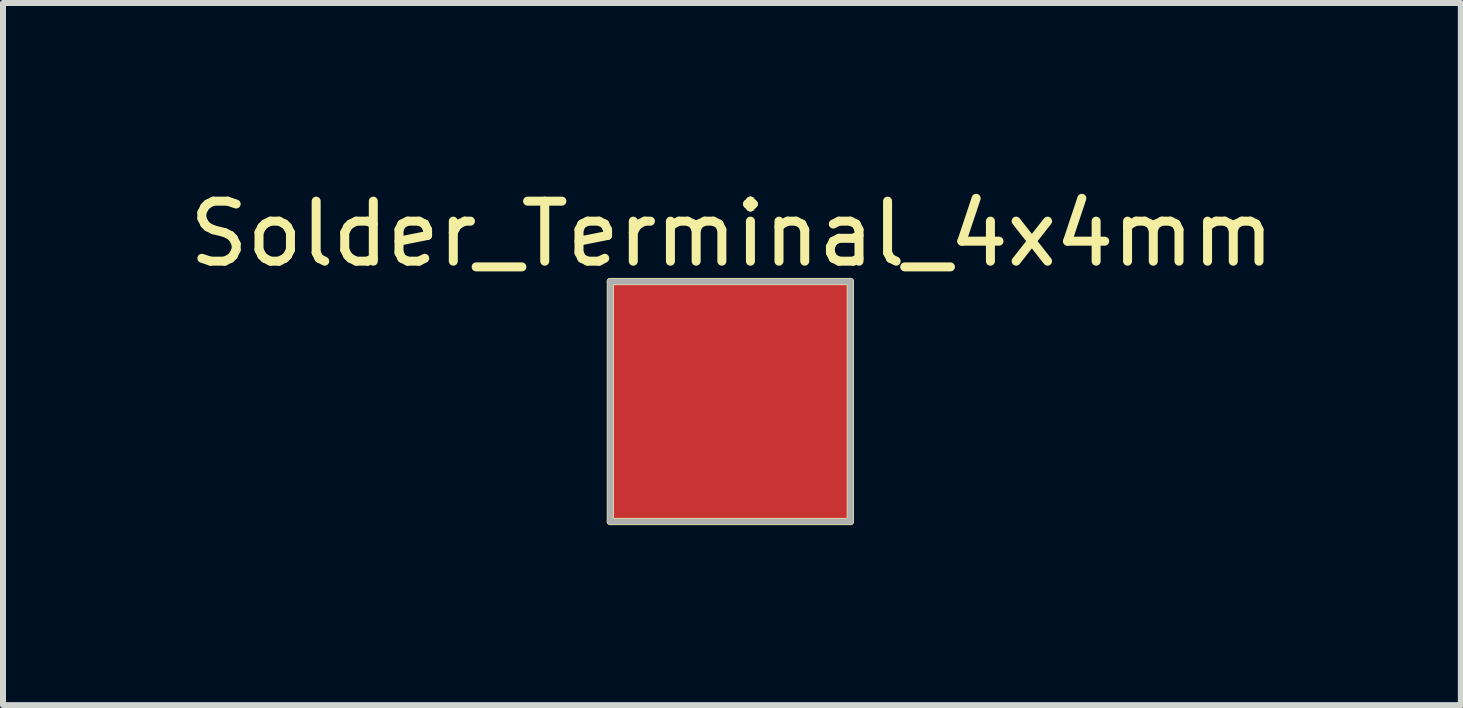
<source format=kicad_pcb>
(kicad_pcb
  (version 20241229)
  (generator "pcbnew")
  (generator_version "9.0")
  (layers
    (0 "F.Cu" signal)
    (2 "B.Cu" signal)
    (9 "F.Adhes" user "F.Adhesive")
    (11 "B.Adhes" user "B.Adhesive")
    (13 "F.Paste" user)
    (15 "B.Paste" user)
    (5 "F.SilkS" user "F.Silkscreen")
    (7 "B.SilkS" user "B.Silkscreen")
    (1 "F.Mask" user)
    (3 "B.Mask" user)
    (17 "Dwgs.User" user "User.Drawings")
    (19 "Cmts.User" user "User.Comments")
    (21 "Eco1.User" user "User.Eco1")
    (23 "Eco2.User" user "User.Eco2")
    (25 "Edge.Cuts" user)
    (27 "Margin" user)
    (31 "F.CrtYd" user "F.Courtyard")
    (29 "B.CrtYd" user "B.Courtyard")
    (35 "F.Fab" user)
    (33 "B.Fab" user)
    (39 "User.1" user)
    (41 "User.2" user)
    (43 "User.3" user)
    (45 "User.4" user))
  (footprint "Solder_Terminal_4x4mm"
    (layer "F.Cu")
    (at 9.123 3.642)
    (property "Reference" "Solder_Terminal_4x4mm" (at 0.025 -2.794 0) (layer "F.SilkS") (effects (font (size 1 1) (thickness 0.15))))
    (attr through_hole)
    (fp_line (start -2 -2) (end -2 2) (stroke (width 0.12) (type solid)) (layer "F.SilkS"))
    (fp_line (start -2 -2) (end 2 -2) (stroke (width 0.12) (type solid)) (layer "F.SilkS"))
    (fp_line (start -2 2) (end 2 2) (stroke (width 0.12) (type solid)) (layer "F.SilkS"))
    (fp_line (start 2 -2) (end 2 2) (stroke (width 0.12) (type solid)) (layer "F.SilkS"))
    (fp_line (start -2 -2) (end -2 2) (stroke (width 0.1) (type solid)) (layer "F.Fab"))
    (fp_line (start -2 -2) (end 2 -2) (stroke (width 0.1) (type solid)) (layer "F.Fab"))
    (fp_line (start -2 2) (end 2 2) (stroke (width 0.1) (type solid)) (layer "F.Fab"))
    (fp_line (start 2 -2) (end 2 2) (stroke (width 0.1) (type solid)) (layer "F.Fab"))
    (pad "1" smd rect (at 0 0) (size 4 4) (layers "F.Cu" "F.Mask" "F.Paste")))
  (gr_rect
    (start -3 -3)
    (end 21.298 8.702)
    (stroke (width 0.1) (type default))
    (fill no)
    (layer "Edge.Cuts")))
</source>
